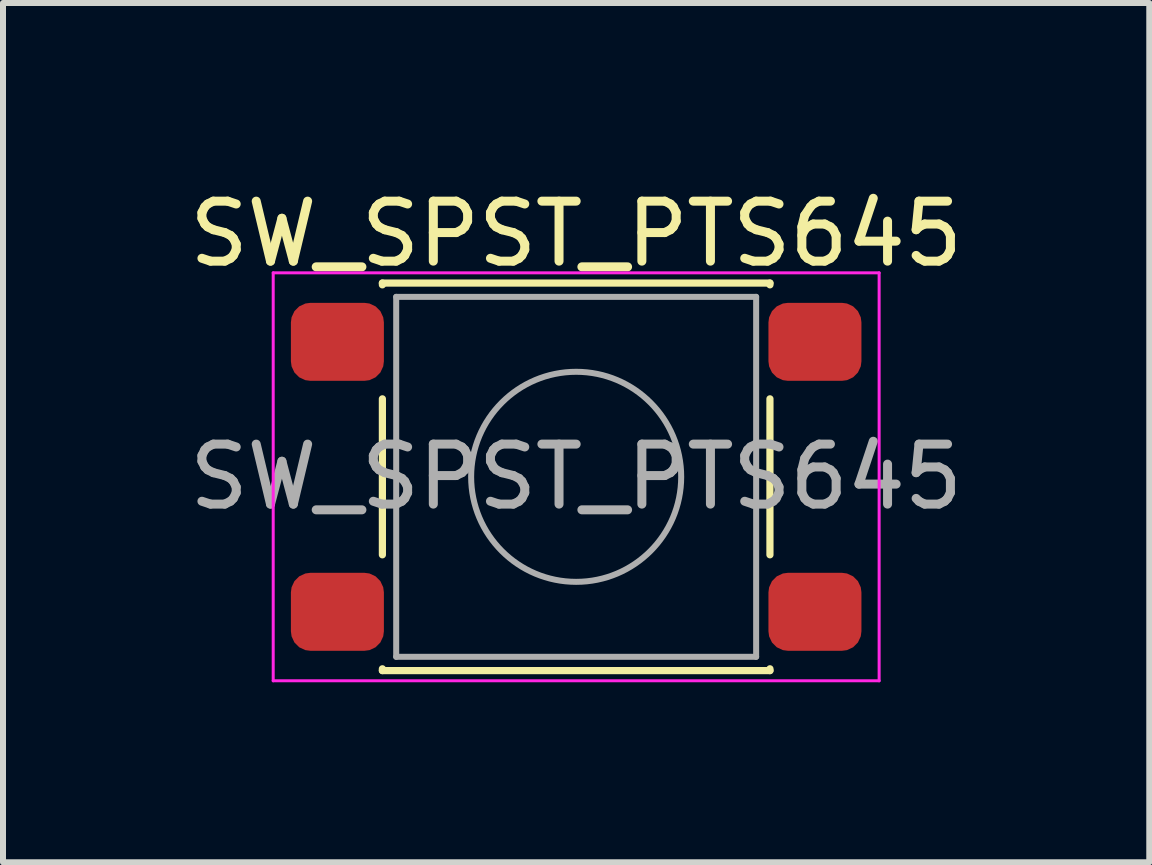
<source format=kicad_pcb>
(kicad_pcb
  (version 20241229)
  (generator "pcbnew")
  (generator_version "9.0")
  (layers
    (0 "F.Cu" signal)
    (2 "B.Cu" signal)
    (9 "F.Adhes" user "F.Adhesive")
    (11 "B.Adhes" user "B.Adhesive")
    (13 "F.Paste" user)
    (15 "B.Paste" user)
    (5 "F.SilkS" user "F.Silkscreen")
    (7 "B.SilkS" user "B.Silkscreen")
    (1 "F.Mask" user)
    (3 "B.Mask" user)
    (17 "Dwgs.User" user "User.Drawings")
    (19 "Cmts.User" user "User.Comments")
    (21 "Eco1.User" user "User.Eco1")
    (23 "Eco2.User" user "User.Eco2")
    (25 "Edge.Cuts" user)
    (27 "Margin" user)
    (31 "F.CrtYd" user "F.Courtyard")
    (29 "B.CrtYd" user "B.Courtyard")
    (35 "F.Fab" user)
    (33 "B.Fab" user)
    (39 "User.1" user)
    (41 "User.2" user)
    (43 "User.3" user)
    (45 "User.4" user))
  (footprint "SW_SPST_PTS645"
    (layer "F.Cu")
    (at 6.554 4.898)
    (property "Reference" "SW_SPST_PTS645" (at 0 -4.05 0) (layer "F.SilkS") (effects (font (size 1 1) (thickness 0.15))))
    (attr smd)
    (fp_line (start -3.23 -3.23) (end 3.23 -3.23) (stroke (width 0.12) (type solid)) (layer "F.SilkS"))
    (fp_line (start -3.23 -3.2) (end -3.23 -3.23) (stroke (width 0.12) (type solid)) (layer "F.SilkS"))
    (fp_line (start -3.23 -1.3) (end -3.23 1.3) (stroke (width 0.12) (type solid)) (layer "F.SilkS"))
    (fp_line (start -3.23 3.23) (end -3.23 3.2) (stroke (width 0.12) (type solid)) (layer "F.SilkS"))
    (fp_line (start -3.23 3.23) (end 3.23 3.23) (stroke (width 0.12) (type solid)) (layer "F.SilkS"))
    (fp_line (start 3.23 -3.23) (end 3.23 -3.2) (stroke (width 0.12) (type solid)) (layer "F.SilkS"))
    (fp_line (start 3.23 -1.3) (end 3.23 1.3) (stroke (width 0.12) (type solid)) (layer "F.SilkS"))
    (fp_line (start 3.23 3.23) (end 3.23 3.2) (stroke (width 0.12) (type solid)) (layer "F.SilkS"))
    (fp_line (start -5.05 -3.4) (end -5.05 3.4) (stroke (width 0.05) (type solid)) (layer "F.CrtYd"))
    (fp_line (start -5.05 -3.4) (end 5.05 -3.4) (stroke (width 0.05) (type solid)) (layer "F.CrtYd"))
    (fp_line (start -5.05 3.4) (end 5.05 3.4) (stroke (width 0.05) (type solid)) (layer "F.CrtYd"))
    (fp_line (start 5.05 3.4) (end 5.05 -3.4) (stroke (width 0.05) (type solid)) (layer "F.CrtYd"))
    (fp_line (start -3 -3) (end -3 3) (stroke (width 0.1) (type solid)) (layer "F.Fab"))
    (fp_line (start -3 3) (end 3 3) (stroke (width 0.1) (type solid)) (layer "F.Fab"))
    (fp_line (start 3 -3) (end -3 -3) (stroke (width 0.1) (type solid)) (layer "F.Fab"))
    (fp_line (start 3 3) (end 3 -3) (stroke (width 0.1) (type solid)) (layer "F.Fab"))
    (fp_circle (center 0 0) (end 1.75 -0.05) (stroke (width 0.1) (type solid)) (fill no) (layer "F.Fab"))
    (fp_text user "${REFERENCE}" (at 0 0 0) (layer "F.Fab") (effects (font (size 1 1) (thickness 0.15))))
    (pad "1" smd roundrect (at -3.98 -2.25) (size 1.55 1.3) (layers "F.Cu" "F.Mask" "F.Paste") (roundrect_rratio 0.25))
    (pad "1" smd roundrect (at 3.98 -2.25) (size 1.55 1.3) (layers "F.Cu" "F.Mask" "F.Paste") (roundrect_rratio 0.25))
    (pad "2" smd roundrect (at -3.98 2.25) (size 1.55 1.3) (layers "F.Cu" "F.Mask" "F.Paste") (roundrect_rratio 0.25))
    (pad "2" smd roundrect (at 3.98 2.25) (size 1.55 1.3) (layers "F.Cu" "F.Mask" "F.Paste") (roundrect_rratio 0.25)))
  (gr_rect
    (start -3 -3)
    (end 16.107 11.323)
    (stroke (width 0.1) (type default))
    (fill no)
    (layer "Edge.Cuts")))
</source>
